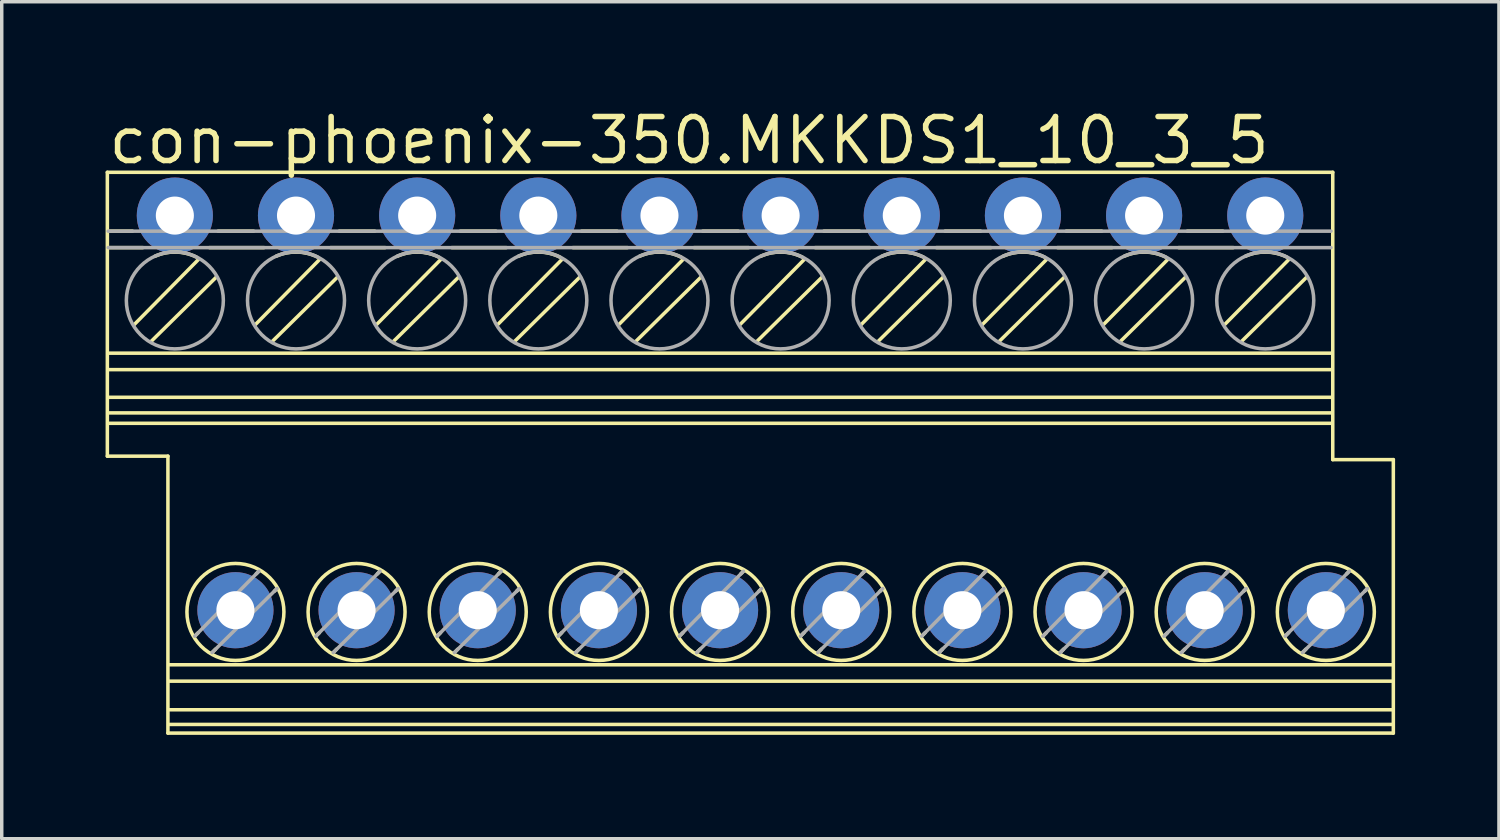
<source format=kicad_pcb>
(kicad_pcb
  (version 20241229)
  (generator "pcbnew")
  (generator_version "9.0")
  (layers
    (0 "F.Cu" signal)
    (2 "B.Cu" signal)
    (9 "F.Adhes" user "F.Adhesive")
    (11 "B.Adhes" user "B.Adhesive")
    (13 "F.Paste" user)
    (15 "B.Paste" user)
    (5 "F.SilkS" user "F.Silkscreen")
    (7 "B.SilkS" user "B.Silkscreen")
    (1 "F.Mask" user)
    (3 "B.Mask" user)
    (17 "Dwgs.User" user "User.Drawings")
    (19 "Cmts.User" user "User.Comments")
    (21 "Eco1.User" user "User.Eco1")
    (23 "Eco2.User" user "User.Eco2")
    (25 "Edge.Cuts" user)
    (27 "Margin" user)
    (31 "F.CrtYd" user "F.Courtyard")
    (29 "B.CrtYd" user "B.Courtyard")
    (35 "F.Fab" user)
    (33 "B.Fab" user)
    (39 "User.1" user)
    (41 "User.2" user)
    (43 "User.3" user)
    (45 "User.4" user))
  (footprint "con-phoenix-350.MKKDS1_10_3_5"
    (layer "F.Cu")
    (at 17.751 10.028)
    (property "Reference" "con-phoenix-350.MKKDS1_10_3_5" (at -17.751 -8.278 0) (layer "F.SilkS") (effects (font (size 1.27 1.27) (thickness 0.16)) (justify left bottom)))
    (attr through_hole)
    (fp_line (start -17.7 -8.1) (end 17.7 -8.1) (stroke (width 0.102) (type default)) (layer "F.SilkS"))
    (fp_line (start -17.7 0.1) (end -17.7 -8.1) (stroke (width 0.102) (type default)) (layer "F.SilkS"))
    (fp_line (start -17.675 -6.4) (end -16.975 -6.4) (stroke (width 0.102) (type default)) (layer "F.SilkS"))
    (fp_line (start -17.675 -5.925) (end -16.675 -5.925) (stroke (width 0.102) (type default)) (layer "F.SilkS"))
    (fp_line (start -17.65 -2.875) (end 17.675 -2.875) (stroke (width 0.102) (type default)) (layer "F.SilkS"))
    (fp_line (start -17.65 -2.4) (end 17.675 -2.4) (stroke (width 0.102) (type default)) (layer "F.SilkS"))
    (fp_line (start -17.65 -1.6) (end 17.675 -1.6) (stroke (width 0.102) (type default)) (layer "F.SilkS"))
    (fp_line (start -17.65 -0.85) (end 17.675 -0.85) (stroke (width 0.102) (type default)) (layer "F.SilkS"))
    (fp_line (start -16.925 -3.7) (end -15.075 -5.575) (stroke (width 0.102) (type default)) (layer "F.SilkS"))
    (fp_line (start -16.425 -3.225) (end -14.55 -5.075) (stroke (width 0.102) (type default)) (layer "F.SilkS"))
    (fp_line (start -15.95 0.1) (end -17.7 0.1) (stroke (width 0.102) (type default)) (layer "F.SilkS"))
    (fp_line (start -15.95 8.1) (end -15.95 0.1) (stroke (width 0.102) (type default)) (layer "F.SilkS"))
    (fp_line (start -15.9 6.125) (end 19.425 6.125) (stroke (width 0.102) (type default)) (layer "F.SilkS"))
    (fp_line (start -15.9 6.6) (end 19.425 6.6) (stroke (width 0.102) (type default)) (layer "F.SilkS"))
    (fp_line (start -15.9 7.425) (end 19.425 7.425) (stroke (width 0.102) (type default)) (layer "F.SilkS"))
    (fp_line (start -15.9 7.85) (end 19.425 7.85) (stroke (width 0.102) (type default)) (layer "F.SilkS"))
    (fp_line (start -15.175 5.3) (end -15.075 5.2) (stroke (width 0.102) (type default)) (layer "F.SilkS"))
    (fp_line (start -14.75 -5.925) (end -13.175 -5.925) (stroke (width 0.102) (type default)) (layer "F.SilkS"))
    (fp_line (start -14.675 5.775) (end -14.575 5.675) (stroke (width 0.102) (type default)) (layer "F.SilkS"))
    (fp_line (start -14.5 -6.4) (end -13.475 -6.4) (stroke (width 0.102) (type default)) (layer "F.SilkS"))
    (fp_line (start -13.425 -3.7) (end -11.575 -5.575) (stroke (width 0.102) (type default)) (layer "F.SilkS"))
    (fp_line (start -13.4 3.5) (end -13.325 3.425) (stroke (width 0.102) (type default)) (layer "F.SilkS"))
    (fp_line (start -12.925 -3.225) (end -11.05 -5.075) (stroke (width 0.102) (type default)) (layer "F.SilkS"))
    (fp_line (start -12.875 4) (end -12.8 3.925) (stroke (width 0.102) (type default)) (layer "F.SilkS"))
    (fp_line (start -11.675 5.3) (end -11.575 5.2) (stroke (width 0.102) (type default)) (layer "F.SilkS"))
    (fp_line (start -11.25 -5.925) (end -9.675 -5.925) (stroke (width 0.102) (type default)) (layer "F.SilkS"))
    (fp_line (start -11.175 5.775) (end -11.075 5.675) (stroke (width 0.102) (type default)) (layer "F.SilkS"))
    (fp_line (start -11 -6.4) (end -9.975 -6.4) (stroke (width 0.102) (type default)) (layer "F.SilkS"))
    (fp_line (start -9.925 -3.7) (end -8.075 -5.575) (stroke (width 0.102) (type default)) (layer "F.SilkS"))
    (fp_line (start -9.9 3.5) (end -9.825 3.425) (stroke (width 0.102) (type default)) (layer "F.SilkS"))
    (fp_line (start -9.425 -3.225) (end -7.55 -5.075) (stroke (width 0.102) (type default)) (layer "F.SilkS"))
    (fp_line (start -9.375 4) (end -9.3 3.925) (stroke (width 0.102) (type default)) (layer "F.SilkS"))
    (fp_line (start -8.175 5.3) (end -8.075 5.2) (stroke (width 0.102) (type default)) (layer "F.SilkS"))
    (fp_line (start -7.75 -5.925) (end -6.175 -5.925) (stroke (width 0.102) (type default)) (layer "F.SilkS"))
    (fp_line (start -7.675 5.775) (end -7.575 5.675) (stroke (width 0.102) (type default)) (layer "F.SilkS"))
    (fp_line (start -7.5 -6.4) (end -6.475 -6.4) (stroke (width 0.102) (type default)) (layer "F.SilkS"))
    (fp_line (start -6.425 -3.7) (end -4.575 -5.575) (stroke (width 0.102) (type default)) (layer "F.SilkS"))
    (fp_line (start -6.4 3.5) (end -6.325 3.425) (stroke (width 0.102) (type default)) (layer "F.SilkS"))
    (fp_line (start -5.925 -3.225) (end -4.05 -5.075) (stroke (width 0.102) (type default)) (layer "F.SilkS"))
    (fp_line (start -5.875 4) (end -5.8 3.925) (stroke (width 0.102) (type default)) (layer "F.SilkS"))
    (fp_line (start -4.675 5.3) (end -4.575 5.2) (stroke (width 0.102) (type default)) (layer "F.SilkS"))
    (fp_line (start -4.25 -5.925) (end -2.675 -5.925) (stroke (width 0.102) (type default)) (layer "F.SilkS"))
    (fp_line (start -4.175 5.775) (end -4.075 5.675) (stroke (width 0.102) (type default)) (layer "F.SilkS"))
    (fp_line (start -4 -6.4) (end -2.975 -6.4) (stroke (width 0.102) (type default)) (layer "F.SilkS"))
    (fp_line (start -2.925 -3.7) (end -1.075 -5.575) (stroke (width 0.102) (type default)) (layer "F.SilkS"))
    (fp_line (start -2.9 3.5) (end -2.825 3.425) (stroke (width 0.102) (type default)) (layer "F.SilkS"))
    (fp_line (start -2.425 -3.225) (end -0.55 -5.075) (stroke (width 0.102) (type default)) (layer "F.SilkS"))
    (fp_line (start -2.375 4) (end -2.3 3.925) (stroke (width 0.102) (type default)) (layer "F.SilkS"))
    (fp_line (start -1.175 5.3) (end -1.075 5.2) (stroke (width 0.102) (type default)) (layer "F.SilkS"))
    (fp_line (start -0.75 -5.925) (end 0.825 -5.925) (stroke (width 0.102) (type default)) (layer "F.SilkS"))
    (fp_line (start -0.675 5.775) (end -0.575 5.675) (stroke (width 0.102) (type default)) (layer "F.SilkS"))
    (fp_line (start -0.5 -6.4) (end 0.525 -6.4) (stroke (width 0.102) (type default)) (layer "F.SilkS"))
    (fp_line (start 0.575 -3.7) (end 2.425 -5.575) (stroke (width 0.102) (type default)) (layer "F.SilkS"))
    (fp_line (start 0.6 3.5) (end 0.675 3.425) (stroke (width 0.102) (type default)) (layer "F.SilkS"))
    (fp_line (start 1.075 -3.225) (end 2.95 -5.075) (stroke (width 0.102) (type default)) (layer "F.SilkS"))
    (fp_line (start 1.125 4) (end 1.2 3.925) (stroke (width 0.102) (type default)) (layer "F.SilkS"))
    (fp_line (start 2.325 5.3) (end 2.425 5.2) (stroke (width 0.102) (type default)) (layer "F.SilkS"))
    (fp_line (start 2.75 -5.925) (end 4.325 -5.925) (stroke (width 0.102) (type default)) (layer "F.SilkS"))
    (fp_line (start 2.825 5.775) (end 2.925 5.675) (stroke (width 0.102) (type default)) (layer "F.SilkS"))
    (fp_line (start 3 -6.4) (end 4.025 -6.4) (stroke (width 0.102) (type default)) (layer "F.SilkS"))
    (fp_line (start 4.075 -3.7) (end 5.925 -5.575) (stroke (width 0.102) (type default)) (layer "F.SilkS"))
    (fp_line (start 4.1 3.5) (end 4.175 3.425) (stroke (width 0.102) (type default)) (layer "F.SilkS"))
    (fp_line (start 4.575 -3.225) (end 6.45 -5.075) (stroke (width 0.102) (type default)) (layer "F.SilkS"))
    (fp_line (start 4.625 4) (end 4.7 3.925) (stroke (width 0.102) (type default)) (layer "F.SilkS"))
    (fp_line (start 5.825 5.3) (end 5.925 5.2) (stroke (width 0.102) (type default)) (layer "F.SilkS"))
    (fp_line (start 6.25 -5.925) (end 7.825 -5.925) (stroke (width 0.102) (type default)) (layer "F.SilkS"))
    (fp_line (start 6.325 5.775) (end 6.425 5.675) (stroke (width 0.102) (type default)) (layer "F.SilkS"))
    (fp_line (start 6.5 -6.4) (end 7.525 -6.4) (stroke (width 0.102) (type default)) (layer "F.SilkS"))
    (fp_line (start 7.575 -3.7) (end 9.425 -5.575) (stroke (width 0.102) (type default)) (layer "F.SilkS"))
    (fp_line (start 7.6 3.5) (end 7.675 3.425) (stroke (width 0.102) (type default)) (layer "F.SilkS"))
    (fp_line (start 8.075 -3.225) (end 9.95 -5.075) (stroke (width 0.102) (type default)) (layer "F.SilkS"))
    (fp_line (start 8.125 4) (end 8.2 3.925) (stroke (width 0.102) (type default)) (layer "F.SilkS"))
    (fp_line (start 9.325 5.3) (end 9.425 5.2) (stroke (width 0.102) (type default)) (layer "F.SilkS"))
    (fp_line (start 9.75 -5.925) (end 11.325 -5.925) (stroke (width 0.102) (type default)) (layer "F.SilkS"))
    (fp_line (start 9.825 5.775) (end 9.925 5.675) (stroke (width 0.102) (type default)) (layer "F.SilkS"))
    (fp_line (start 10 -6.4) (end 11.025 -6.4) (stroke (width 0.102) (type default)) (layer "F.SilkS"))
    (fp_line (start 11.075 -3.7) (end 12.925 -5.575) (stroke (width 0.102) (type default)) (layer "F.SilkS"))
    (fp_line (start 11.1 3.5) (end 11.175 3.425) (stroke (width 0.102) (type default)) (layer "F.SilkS"))
    (fp_line (start 11.575 -3.225) (end 13.45 -5.075) (stroke (width 0.102) (type default)) (layer "F.SilkS"))
    (fp_line (start 11.625 4) (end 11.7 3.925) (stroke (width 0.102) (type default)) (layer "F.SilkS"))
    (fp_line (start 12.825 5.3) (end 12.925 5.2) (stroke (width 0.102) (type default)) (layer "F.SilkS"))
    (fp_line (start 13.25 -5.925) (end 14.825 -5.925) (stroke (width 0.102) (type default)) (layer "F.SilkS"))
    (fp_line (start 13.325 5.775) (end 13.425 5.675) (stroke (width 0.102) (type default)) (layer "F.SilkS"))
    (fp_line (start 13.5 -6.4) (end 14.525 -6.4) (stroke (width 0.102) (type default)) (layer "F.SilkS"))
    (fp_line (start 14.575 -3.7) (end 16.425 -5.575) (stroke (width 0.102) (type default)) (layer "F.SilkS"))
    (fp_line (start 14.6 3.5) (end 14.675 3.425) (stroke (width 0.102) (type default)) (layer "F.SilkS"))
    (fp_line (start 15.075 -3.225) (end 16.95 -5.075) (stroke (width 0.102) (type default)) (layer "F.SilkS"))
    (fp_line (start 15.125 4) (end 15.2 3.925) (stroke (width 0.102) (type default)) (layer "F.SilkS"))
    (fp_line (start 16.325 5.3) (end 16.425 5.2) (stroke (width 0.102) (type default)) (layer "F.SilkS"))
    (fp_line (start 16.825 5.775) (end 16.925 5.675) (stroke (width 0.102) (type default)) (layer "F.SilkS"))
    (fp_line (start 17.675 -1.15) (end -17.65 -1.15) (stroke (width 0.102) (type default)) (layer "F.SilkS"))
    (fp_line (start 17.7 -8.1) (end 17.7 0.2) (stroke (width 0.102) (type default)) (layer "F.SilkS"))
    (fp_line (start 17.7 0.2) (end 19.45 0.2) (stroke (width 0.102) (type default)) (layer "F.SilkS"))
    (fp_line (start 18.1 3.5) (end 18.175 3.425) (stroke (width 0.102) (type default)) (layer "F.SilkS"))
    (fp_line (start 18.625 4) (end 18.7 3.925) (stroke (width 0.102) (type default)) (layer "F.SilkS"))
    (fp_line (start 19.45 0.2) (end 19.45 8.1) (stroke (width 0.102) (type default)) (layer "F.SilkS"))
    (fp_line (start 19.45 8.1) (end -15.95 8.1) (stroke (width 0.102) (type default)) (layer "F.SilkS"))
    (fp_arc (start -16.325 -5.675) (mid -15.722184 -5.797679) (end -15.125 -5.65) (stroke (width 0.1016) (type default)) (layer "F.SilkS"))
    (fp_arc (start -12.825 -5.675) (mid -12.222184 -5.797679) (end -11.625 -5.65) (stroke (width 0.1016) (type default)) (layer "F.SilkS"))
    (fp_arc (start -9.325 -5.675) (mid -8.722184 -5.797679) (end -8.125 -5.65) (stroke (width 0.1016) (type default)) (layer "F.SilkS"))
    (fp_arc (start -5.825 -5.675) (mid -5.222184 -5.797679) (end -4.625 -5.65) (stroke (width 0.1016) (type default)) (layer "F.SilkS"))
    (fp_arc (start -2.325 -5.675) (mid -1.722184 -5.797679) (end -1.125 -5.65) (stroke (width 0.1016) (type default)) (layer "F.SilkS"))
    (fp_arc (start 1.175 -5.675) (mid 1.777816 -5.797679) (end 2.375 -5.65) (stroke (width 0.1016) (type default)) (layer "F.SilkS"))
    (fp_arc (start 4.675 -5.675) (mid 5.277816 -5.797679) (end 5.875 -5.65) (stroke (width 0.1016) (type default)) (layer "F.SilkS"))
    (fp_arc (start 8.175 -5.675) (mid 8.777816 -5.797679) (end 9.375 -5.65) (stroke (width 0.1016) (type default)) (layer "F.SilkS"))
    (fp_arc (start 11.675 -5.675) (mid 12.277816 -5.797679) (end 12.875 -5.65) (stroke (width 0.1016) (type default)) (layer "F.SilkS"))
    (fp_arc (start 15.175 -5.675) (mid 15.777816 -5.797679) (end 16.375 -5.65) (stroke (width 0.1016) (type default)) (layer "F.SilkS"))
    (fp_circle (center -14 4.6) (end -12.599 4.6) (stroke (width 0.102) (type default)) (fill no) (layer "F.SilkS"))
    (fp_circle (center -10.5 4.6) (end -9.099 4.6) (stroke (width 0.102) (type default)) (fill no) (layer "F.SilkS"))
    (fp_circle (center -7 4.6) (end -5.599 4.6) (stroke (width 0.102) (type default)) (fill no) (layer "F.SilkS"))
    (fp_circle (center -3.5 4.6) (end -2.099 4.6) (stroke (width 0.102) (type default)) (fill no) (layer "F.SilkS"))
    (fp_circle (center 0 4.6) (end 1.401 4.6) (stroke (width 0.102) (type default)) (fill no) (layer "F.SilkS"))
    (fp_circle (center 3.5 4.6) (end 4.901 4.6) (stroke (width 0.102) (type default)) (fill no) (layer "F.SilkS"))
    (fp_circle (center 7 4.6) (end 8.401 4.6) (stroke (width 0.102) (type default)) (fill no) (layer "F.SilkS"))
    (fp_circle (center 10.5 4.6) (end 11.901 4.6) (stroke (width 0.102) (type default)) (fill no) (layer "F.SilkS"))
    (fp_circle (center 14 4.6) (end 15.401 4.6) (stroke (width 0.102) (type default)) (fill no) (layer "F.SilkS"))
    (fp_circle (center 17.5 4.6) (end 18.901 4.6) (stroke (width 0.102) (type default)) (fill no) (layer "F.SilkS"))
    (fp_line (start -17.675 -6.4) (end 17.65 -6.4) (stroke (width 0.102) (type default)) (layer "F.Fab"))
    (fp_line (start -17.675 -5.925) (end 17.65 -5.925) (stroke (width 0.102) (type default)) (layer "F.Fab"))
    (fp_line (start -15.175 5.3) (end -13.325 3.425) (stroke (width 0.102) (type default)) (layer "F.Fab"))
    (fp_line (start -14.675 5.775) (end -12.8 3.925) (stroke (width 0.102) (type default)) (layer "F.Fab"))
    (fp_line (start -11.675 5.3) (end -9.825 3.425) (stroke (width 0.102) (type default)) (layer "F.Fab"))
    (fp_line (start -11.175 5.775) (end -9.3 3.925) (stroke (width 0.102) (type default)) (layer "F.Fab"))
    (fp_line (start -8.175 5.3) (end -6.325 3.425) (stroke (width 0.102) (type default)) (layer "F.Fab"))
    (fp_line (start -7.675 5.775) (end -5.8 3.925) (stroke (width 0.102) (type default)) (layer "F.Fab"))
    (fp_line (start -4.675 5.3) (end -2.825 3.425) (stroke (width 0.102) (type default)) (layer "F.Fab"))
    (fp_line (start -4.175 5.775) (end -2.3 3.925) (stroke (width 0.102) (type default)) (layer "F.Fab"))
    (fp_line (start -1.175 5.3) (end 0.675 3.425) (stroke (width 0.102) (type default)) (layer "F.Fab"))
    (fp_line (start -0.675 5.775) (end 1.2 3.925) (stroke (width 0.102) (type default)) (layer "F.Fab"))
    (fp_line (start 2.325 5.3) (end 4.175 3.425) (stroke (width 0.102) (type default)) (layer "F.Fab"))
    (fp_line (start 2.825 5.775) (end 4.7 3.925) (stroke (width 0.102) (type default)) (layer "F.Fab"))
    (fp_line (start 5.825 5.3) (end 7.675 3.425) (stroke (width 0.102) (type default)) (layer "F.Fab"))
    (fp_line (start 6.325 5.775) (end 8.2 3.925) (stroke (width 0.102) (type default)) (layer "F.Fab"))
    (fp_line (start 9.325 5.3) (end 11.175 3.425) (stroke (width 0.102) (type default)) (layer "F.Fab"))
    (fp_line (start 9.825 5.775) (end 11.7 3.925) (stroke (width 0.102) (type default)) (layer "F.Fab"))
    (fp_line (start 12.825 5.3) (end 14.675 3.425) (stroke (width 0.102) (type default)) (layer "F.Fab"))
    (fp_line (start 13.325 5.775) (end 15.2 3.925) (stroke (width 0.102) (type default)) (layer "F.Fab"))
    (fp_line (start 16.325 5.3) (end 18.175 3.425) (stroke (width 0.102) (type default)) (layer "F.Fab"))
    (fp_line (start 16.825 5.775) (end 18.7 3.925) (stroke (width 0.102) (type default)) (layer "F.Fab"))
    (fp_circle (center -15.75 -4.4) (end -14.349 -4.4) (stroke (width 0.102) (type default)) (fill no) (layer "F.Fab"))
    (fp_circle (center -12.25 -4.4) (end -10.849 -4.4) (stroke (width 0.102) (type default)) (fill no) (layer "F.Fab"))
    (fp_circle (center -8.75 -4.4) (end -7.349 -4.4) (stroke (width 0.102) (type default)) (fill no) (layer "F.Fab"))
    (fp_circle (center -5.25 -4.4) (end -3.849 -4.4) (stroke (width 0.102) (type default)) (fill no) (layer "F.Fab"))
    (fp_circle (center -1.75 -4.4) (end -0.349 -4.4) (stroke (width 0.102) (type default)) (fill no) (layer "F.Fab"))
    (fp_circle (center 1.75 -4.4) (end 3.151 -4.4) (stroke (width 0.102) (type default)) (fill no) (layer "F.Fab"))
    (fp_circle (center 5.25 -4.4) (end 6.651 -4.4) (stroke (width 0.102) (type default)) (fill no) (layer "F.Fab"))
    (fp_circle (center 8.75 -4.4) (end 10.151 -4.4) (stroke (width 0.102) (type default)) (fill no) (layer "F.Fab"))
    (fp_circle (center 12.25 -4.4) (end 13.651 -4.4) (stroke (width 0.102) (type default)) (fill no) (layer "F.Fab"))
    (fp_circle (center 15.75 -4.4) (end 17.151 -4.4) (stroke (width 0.102) (type default)) (fill no) (layer "F.Fab"))
    (pad "1" thru_hole circle (at -15.75 -6.85) (size 2.2 2.2) (drill 1.1) (layers "*.Cu" "*.Mask"))
    (pad "2" thru_hole circle (at -14 4.55) (size 2.2 2.2) (drill 1.1) (layers "*.Cu" "*.Mask"))
    (pad "3" thru_hole circle (at -12.25 -6.85) (size 2.2 2.2) (drill 1.1) (layers "*.Cu" "*.Mask"))
    (pad "4" thru_hole circle (at -10.5 4.55) (size 2.2 2.2) (drill 1.1) (layers "*.Cu" "*.Mask"))
    (pad "5" thru_hole circle (at -8.75 -6.85) (size 2.2 2.2) (drill 1.1) (layers "*.Cu" "*.Mask"))
    (pad "6" thru_hole circle (at -7 4.55) (size 2.2 2.2) (drill 1.1) (layers "*.Cu" "*.Mask"))
    (pad "7" thru_hole circle (at -5.25 -6.85) (size 2.2 2.2) (drill 1.1) (layers "*.Cu" "*.Mask"))
    (pad "8" thru_hole circle (at -3.5 4.55) (size 2.2 2.2) (drill 1.1) (layers "*.Cu" "*.Mask"))
    (pad "9" thru_hole circle (at -1.75 -6.85) (size 2.2 2.2) (drill 1.1) (layers "*.Cu" "*.Mask"))
    (pad "10" thru_hole circle (at 0 4.55) (size 2.2 2.2) (drill 1.1) (layers "*.Cu" "*.Mask"))
    (pad "11" thru_hole circle (at 1.75 -6.85) (size 2.2 2.2) (drill 1.1) (layers "*.Cu" "*.Mask"))
    (pad "12" thru_hole circle (at 3.5 4.55) (size 2.2 2.2) (drill 1.1) (layers "*.Cu" "*.Mask"))
    (pad "13" thru_hole circle (at 5.25 -6.85) (size 2.2 2.2) (drill 1.1) (layers "*.Cu" "*.Mask"))
    (pad "14" thru_hole circle (at 7 4.55) (size 2.2 2.2) (drill 1.1) (layers "*.Cu" "*.Mask"))
    (pad "15" thru_hole circle (at 8.75 -6.85) (size 2.2 2.2) (drill 1.1) (layers "*.Cu" "*.Mask"))
    (pad "16" thru_hole circle (at 10.5 4.55) (size 2.2 2.2) (drill 1.1) (layers "*.Cu" "*.Mask"))
    (pad "17" thru_hole circle (at 12.25 -6.85) (size 2.2 2.2) (drill 1.1) (layers "*.Cu" "*.Mask"))
    (pad "18" thru_hole circle (at 14 4.55) (size 2.2 2.2) (drill 1.1) (layers "*.Cu" "*.Mask"))
    (pad "19" thru_hole circle (at 15.75 -6.85) (size 2.2 2.2) (drill 1.1) (layers "*.Cu" "*.Mask"))
    (pad "20" thru_hole circle (at 17.5 4.55) (size 2.2 2.2) (drill 1.1) (layers "*.Cu" "*.Mask")))
  (gr_rect
    (start -3 -3)
    (end 40.252 21.179)
    (stroke (width 0.1) (type default))
    (fill no)
    (layer "Edge.Cuts")))
</source>
